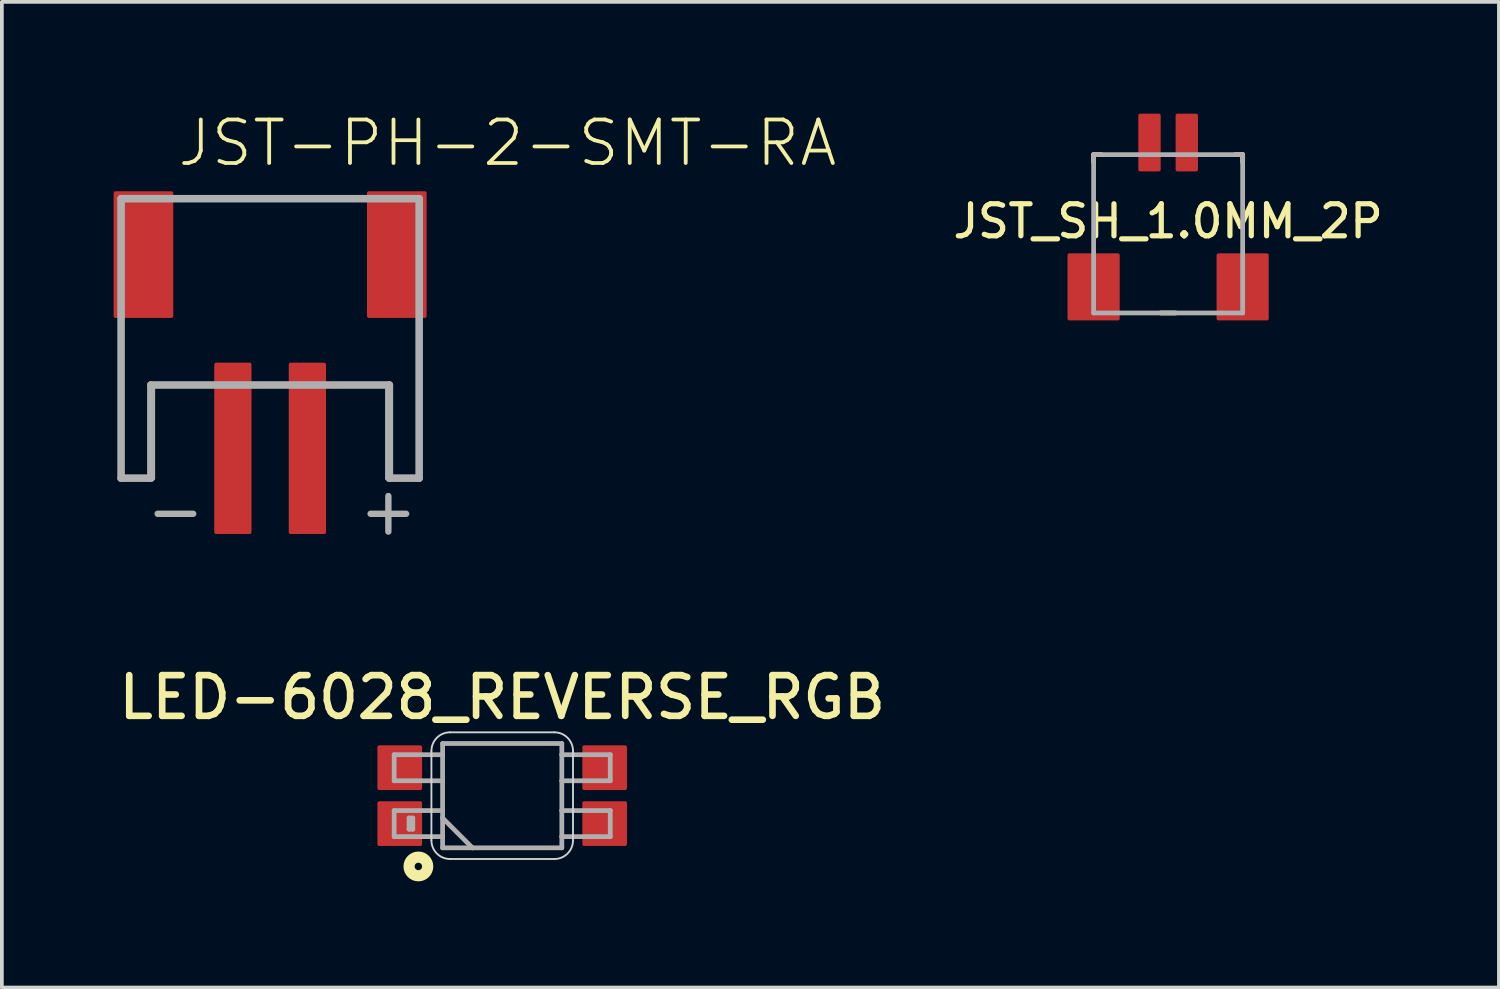
<source format=kicad_pcb>
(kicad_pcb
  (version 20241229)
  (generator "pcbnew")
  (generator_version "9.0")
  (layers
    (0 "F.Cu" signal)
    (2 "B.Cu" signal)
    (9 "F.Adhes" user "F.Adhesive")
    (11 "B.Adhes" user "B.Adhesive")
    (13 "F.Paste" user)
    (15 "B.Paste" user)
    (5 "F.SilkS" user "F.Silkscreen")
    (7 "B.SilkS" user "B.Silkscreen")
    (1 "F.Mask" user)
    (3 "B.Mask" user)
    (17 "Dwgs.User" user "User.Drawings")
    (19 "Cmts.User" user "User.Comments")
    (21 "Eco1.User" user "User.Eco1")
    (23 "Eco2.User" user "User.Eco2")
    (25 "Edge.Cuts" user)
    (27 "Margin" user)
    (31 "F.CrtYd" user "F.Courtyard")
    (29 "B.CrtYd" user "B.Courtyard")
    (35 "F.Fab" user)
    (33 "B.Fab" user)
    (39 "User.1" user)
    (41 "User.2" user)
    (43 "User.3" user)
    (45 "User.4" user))
  (footprint "LED-6028_REVERSE_RGB"
    (layer "F.Cu")
    (at 10.429 18.305)
    (property "Reference" "LED-6028_REVERSE_RGB" (at 0 -2 0) (layer "F.SilkS") (effects (font (size 1.092 1.092) (thickness 0.178)) (justify bottom)))
    (fp_poly (pts (xy -2.1 1.45) (xy 2.1 1.45) (xy 2.1 -1.45) (xy -2.1 -1.45)) (stroke (width 0) (type default)) (fill yes) (layer "F.Mask"))
    (fp_circle (center -2.25 1.9) (end -2.15 1.9) (stroke (width 0.3) (type solid)) (fill no) (layer "F.SilkS"))
    (fp_line (start -1.9 -1.2) (end -1.9 1.2) (stroke (width 0.05) (type solid)) (layer "Edge.Cuts"))
    (fp_line (start -1.4 -1.7) (end 1.4 -1.7) (stroke (width 0.05) (type solid)) (layer "Edge.Cuts"))
    (fp_line (start -1.4 1.7) (end 1.4 1.7) (stroke (width 0.05) (type solid)) (layer "Edge.Cuts"))
    (fp_line (start 1.9 -1.2) (end 1.9 1.2) (stroke (width 0.05) (type solid)) (layer "Edge.Cuts"))
    (fp_arc (start -1.9 -1.2) (mid -1.753553 -1.553553) (end -1.4 -1.7) (stroke (width 0.05) (type solid)) (layer "Edge.Cuts"))
    (fp_arc (start -1.4 1.7) (mid -1.753553 1.553553) (end -1.9 1.2) (stroke (width 0.05) (type solid)) (layer "Edge.Cuts"))
    (fp_arc (start 1.4 -1.7) (mid 1.753553 -1.553553) (end 1.9 -1.2) (stroke (width 0.05) (type solid)) (layer "Edge.Cuts"))
    (fp_arc (start 1.9 1.2) (mid 1.753553 1.553553) (end 1.4 1.7) (stroke (width 0.05) (type solid)) (layer "Edge.Cuts"))
    (fp_line (start -2.9 -1.1) (end -1.6 -1.1) (stroke (width 0.127) (type solid)) (layer "F.Fab"))
    (fp_line (start -2.9 -0.4) (end -2.9 -1.1) (stroke (width 0.127) (type solid)) (layer "F.Fab"))
    (fp_line (start -2.9 0.4) (end -1.6 0.4) (stroke (width 0.127) (type solid)) (layer "F.Fab"))
    (fp_line (start -2.9 1.1) (end -2.9 0.4) (stroke (width 0.127) (type solid)) (layer "F.Fab"))
    (fp_line (start -2.5 0.6) (end -2.5 0.9) (stroke (width 0.127) (type solid)) (layer "F.Fab"))
    (fp_line (start -2.5 0.9) (end -2.4 0.9) (stroke (width 0.127) (type solid)) (layer "F.Fab"))
    (fp_line (start -2.4 0.6) (end -2.5 0.6) (stroke (width 0.127) (type solid)) (layer "F.Fab"))
    (fp_line (start -2.4 0.9) (end -2.4 0.6) (stroke (width 0.127) (type solid)) (layer "F.Fab"))
    (fp_line (start -1.6 -1.4) (end 1.6 -1.4) (stroke (width 0.127) (type solid)) (layer "F.Fab"))
    (fp_line (start -1.6 -1.1) (end -1.6 -1.4) (stroke (width 0.127) (type solid)) (layer "F.Fab"))
    (fp_line (start -1.6 -0.4) (end -2.9 -0.4) (stroke (width 0.127) (type solid)) (layer "F.Fab"))
    (fp_line (start -1.6 -0.4) (end -1.6 -1.1) (stroke (width 0.127) (type solid)) (layer "F.Fab"))
    (fp_line (start -1.6 0.4) (end -1.6 -0.4) (stroke (width 0.127) (type solid)) (layer "F.Fab"))
    (fp_line (start -1.6 0.6) (end -1.6 0.4) (stroke (width 0.127) (type solid)) (layer "F.Fab"))
    (fp_line (start -1.6 0.6) (end -0.8 1.4) (stroke (width 0.127) (type solid)) (layer "F.Fab"))
    (fp_line (start -1.6 1.1) (end -2.9 1.1) (stroke (width 0.127) (type solid)) (layer "F.Fab"))
    (fp_line (start -1.6 1.1) (end -1.6 0.6) (stroke (width 0.127) (type solid)) (layer "F.Fab"))
    (fp_line (start -1.6 1.4) (end -1.6 1.1) (stroke (width 0.127) (type solid)) (layer "F.Fab"))
    (fp_line (start -0.8 1.4) (end -1.6 1.4) (stroke (width 0.127) (type solid)) (layer "F.Fab"))
    (fp_line (start 1.6 -1.4) (end 1.6 -1.1) (stroke (width 0.127) (type solid)) (layer "F.Fab"))
    (fp_line (start 1.6 -1.1) (end 1.6 -0.4) (stroke (width 0.127) (type solid)) (layer "F.Fab"))
    (fp_line (start 1.6 -1.1) (end 2.9 -1.1) (stroke (width 0.127) (type solid)) (layer "F.Fab"))
    (fp_line (start 1.6 -0.4) (end 1.6 0.4) (stroke (width 0.127) (type solid)) (layer "F.Fab"))
    (fp_line (start 1.6 0.4) (end 1.6 1.1) (stroke (width 0.127) (type solid)) (layer "F.Fab"))
    (fp_line (start 1.6 0.4) (end 2.9 0.4) (stroke (width 0.127) (type solid)) (layer "F.Fab"))
    (fp_line (start 1.6 1.1) (end 1.6 1.4) (stroke (width 0.127) (type solid)) (layer "F.Fab"))
    (fp_line (start 1.6 1.4) (end -0.8 1.4) (stroke (width 0.127) (type solid)) (layer "F.Fab"))
    (fp_line (start 2.9 -1.1) (end 2.9 -0.4) (stroke (width 0.127) (type solid)) (layer "F.Fab"))
    (fp_line (start 2.9 -0.4) (end 1.6 -0.4) (stroke (width 0.127) (type solid)) (layer "F.Fab"))
    (fp_line (start 2.9 0.4) (end 2.9 1.1) (stroke (width 0.127) (type solid)) (layer "F.Fab"))
    (fp_line (start 2.9 1.1) (end 1.6 1.1) (stroke (width 0.127) (type solid)) (layer "F.Fab"))
    (fp_text user "REVERSE\nMOUNT\nRGB LED" (at 0 0 0) (layer "F.Mask") (effects (font (size 0.368 0.368) (thickness 0.032))))
    (pad "1" smd roundrect (at -2.75 0.75) (size 1.2 1.2) (layers "F.Cu" "F.Mask" "F.Paste") (roundrect_rratio 0.042))
    (pad "2" smd roundrect (at 2.75 0.75) (size 1.2 1.2) (layers "F.Cu" "F.Mask" "F.Paste") (roundrect_rratio 0.042))
    (pad "3" smd roundrect (at 2.75 -0.75) (size 1.2 1.2) (layers "F.Cu" "F.Mask" "F.Paste") (roundrect_rratio 0.042))
    (pad "4" smd roundrect (at -2.75 -0.75) (size 1.2 1.2) (layers "F.Cu" "F.Mask" "F.Paste") (roundrect_rratio 0.042)))
  (footprint "JST_SH_1.0MM_2P"
    (layer "F.Cu")
    (at 28.302 5.55)
    (property "Reference" "JST_SH_1.0MM_2P" (at 0 -2.159 0) (layer "F.SilkS") (effects (font (size 0.86 0.86) (thickness 0.14)) (justify bottom)))
    (fp_line (start -2 -4.45) (end -2 -4.25) (stroke (width 0.127) (type solid)) (layer "F.SilkS"))
    (fp_line (start -2 -4.45) (end -1.8 -4.45) (stroke (width 0.127) (type solid)) (layer "F.SilkS"))
    (fp_line (start -0.2 -0.2) (end 0.2 -0.2) (stroke (width 0.127) (type solid)) (layer "F.SilkS"))
    (fp_line (start 2 -4.45) (end 1.8 -4.45) (stroke (width 0.127) (type solid)) (layer "F.SilkS"))
    (fp_line (start 2 -4.45) (end 2 -4.25) (stroke (width 0.127) (type solid)) (layer "F.SilkS"))
    (fp_line (start -2 -4.45) (end 2 -4.45) (stroke (width 0.127) (type solid)) (layer "F.Fab"))
    (fp_line (start -2 -0.2) (end -2 -4.45) (stroke (width 0.127) (type solid)) (layer "F.Fab"))
    (fp_line (start 2 -4.45) (end 2 -0.2) (stroke (width 0.127) (type solid)) (layer "F.Fab"))
    (fp_line (start 2 -0.2) (end -2 -0.2) (stroke (width 0.127) (type solid)) (layer "F.Fab"))
    (pad "1" smd roundrect (at -0.5 -4.775) (size 0.6 1.55) (layers "F.Cu" "F.Mask" "F.Paste") (roundrect_rratio 0.083))
    (pad "2" smd roundrect (at 0.5 -4.775) (size 0.6 1.55) (layers "F.Cu" "F.Mask" "F.Paste") (roundrect_rratio 0.083))
    (pad "MT1" smd roundrect (at -2 -0.9) (size 1.4 1.8) (layers "F.Cu" "F.Mask" "F.Paste") (roundrect_rratio 0.036))
    (pad "MT2" smd roundrect (at 2 -0.9) (size 1.4 1.8) (layers "F.Cu" "F.Mask" "F.Paste") (roundrect_rratio 0.036)))
  (footprint "JST-PH-2-SMT-RA"
    (layer "F.Cu")
    (at 4.2 5.283)
    (property "Reference" "JST-PH-2-SMT-RA" (at -2.54 -3.81 0) (layer "F.SilkS") (effects (font (size 1.168 1.168) (thickness 0.102)) (justify left bottom)))
    (fp_line (start -4 -3) (end 4 -3) (stroke (width 0.203) (type solid)) (layer "F.Fab"))
    (fp_line (start -4 4.5) (end -4 -3) (stroke (width 0.203) (type solid)) (layer "F.Fab"))
    (fp_line (start -4 4.5) (end -4 0.5) (stroke (width 0.127) (type solid)) (layer "F.Fab"))
    (fp_line (start -3.2 2) (end -3.2 4.5) (stroke (width 0.203) (type solid)) (layer "F.Fab"))
    (fp_line (start -3.2 4.5) (end -4 4.5) (stroke (width 0.203) (type solid)) (layer "F.Fab"))
    (fp_line (start -3.15 2) (end -3.15 4.5) (stroke (width 0.127) (type solid)) (layer "F.Fab"))
    (fp_line (start -3.15 4.5) (end -4 4.5) (stroke (width 0.127) (type solid)) (layer "F.Fab"))
    (fp_line (start -2.25 -3) (end 2.25 -3) (stroke (width 0.127) (type solid)) (layer "F.Fab"))
    (fp_line (start -1.75 2) (end -3.15 2) (stroke (width 0.127) (type solid)) (layer "F.Fab"))
    (fp_line (start 3.15 2) (end 1.75 2) (stroke (width 0.127) (type solid)) (layer "F.Fab"))
    (fp_line (start 3.15 4.5) (end 3.15 2) (stroke (width 0.127) (type solid)) (layer "F.Fab"))
    (fp_line (start 3.2 2) (end -3.2 2) (stroke (width 0.203) (type solid)) (layer "F.Fab"))
    (fp_line (start 3.2 4.5) (end 3.2 2) (stroke (width 0.203) (type solid)) (layer "F.Fab"))
    (fp_line (start 4 -3) (end 4 4.5) (stroke (width 0.203) (type solid)) (layer "F.Fab"))
    (fp_line (start 4 0.5) (end 4 4.5) (stroke (width 0.127) (type solid)) (layer "F.Fab"))
    (fp_line (start 4 4.5) (end 3.15 4.5) (stroke (width 0.127) (type solid)) (layer "F.Fab"))
    (fp_line (start 4 4.5) (end 3.2 4.5) (stroke (width 0.203) (type solid)) (layer "F.Fab"))
    (fp_text user "+" (at 2.286 6.096 0) (layer "F.Fab") (effects (font (size 1.252 1.252) (thickness 0.171)) (justify left bottom)))
    (fp_text user "-" (at -3.429 6.096 0) (layer "F.Fab") (effects (font (size 1.252 1.252) (thickness 0.171)) (justify left bottom)))
    (pad "1" smd roundrect (at 1 3.7) (size 1 4.6) (layers "F.Cu" "F.Mask" "F.Paste") (roundrect_rratio 0.05))
    (pad "2" smd roundrect (at -1 3.7) (size 1 4.6) (layers "F.Cu" "F.Mask" "F.Paste") (roundrect_rratio 0.05))
    (pad "NC1" smd roundrect (at -3.4 -1.5 90) (size 3.4 1.6) (layers "F.Cu" "F.Mask" "F.Paste") (roundrect_rratio 0.031))
    (pad "NC2" smd roundrect (at 3.4 -1.5 90) (size 3.4 1.6) (layers "F.Cu" "F.Mask" "F.Paste") (roundrect_rratio 0.031)))
  (gr_rect
    (start -3 -3)
    (end 37.18 23.455)
    (stroke (width 0.1) (type default))
    (fill no)
    (layer "Edge.Cuts")))
</source>
